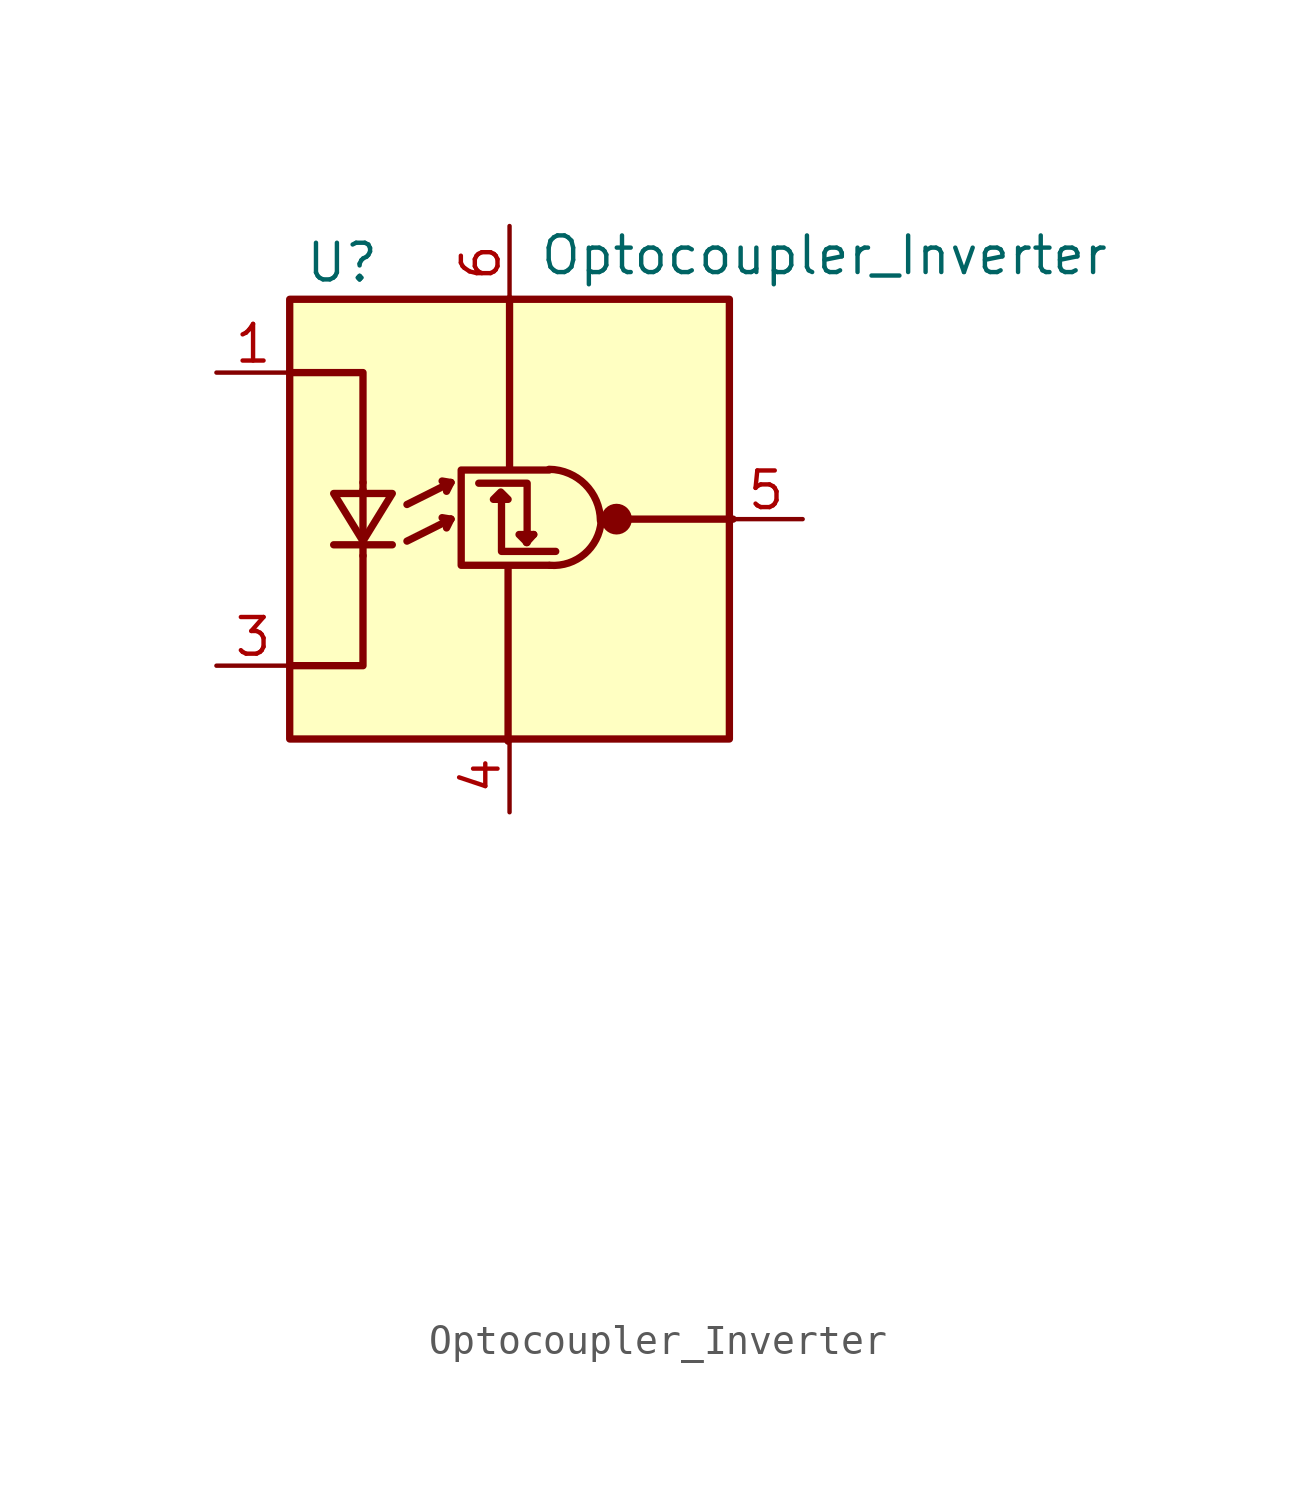
<source format=kicad_sym>
(kicad_symbol_lib
  (version 20220914)
  (generator kicad_symbol_editor)
  (symbol "Optocoupler_Inverter"
    (pin_names
      (offset 1.016) hide)
    (property "Reference" "U"
      (at -7.112 8.89 0)
      (effects (font (size 1.27 1.27)) (justify left)))
    (property "Value" "Optocoupler_Inverter"
      (at 1.016 9.144 0)
      (effects (font (size 1.27 1.27)) (justify left)))
    (symbol "Optocoupler_Inverter_0_1"
      (rectangle (start -7.62 7.62) (end 7.62 -7.62) (stroke (width 0.254) (type default)) (fill (type background)))
      (polyline (pts (xy -6.096 -0.889) (xy -4.064 -0.889)) (stroke (width 0.254) (type default)) (fill (type none)))
      (polyline (pts (xy -5.08 -1.27) (xy -5.08 -0.914)) (stroke (width 0.254) (type default)) (fill (type none)))
      (polyline (pts (xy -5.08 1.016) (xy -5.08 -0.762)) (stroke (width 0.254) (type default)) (fill (type none)))
      (polyline (pts (xy -5.08 1.27) (xy -5.08 0.914)) (stroke (width 0.254) (type default)) (fill (type none)))
      (polyline (pts (xy -3.556 -0.762) (xy -2.032 0)) (stroke (width 0.254) (type default)) (fill (type none)))
      (polyline (pts (xy -3.556 0.508) (xy -2.032 1.27)) (stroke (width 0.254) (type default)) (fill (type none)))
      (polyline (pts (xy -2.032 0) (xy -2.337 0.051)) (stroke (width 0.254) (type default)) (fill (type none)))
      (polyline (pts (xy -2.032 0) (xy -2.184 -0.305)) (stroke (width 0.254) (type default)) (fill (type none)))
      (polyline (pts (xy -2.032 1.27) (xy -2.337 1.321)) (stroke (width 0.254) (type default)) (fill (type none)))
      (polyline (pts (xy -2.032 1.27) (xy -2.184 0.965)) (stroke (width 0.254) (type default)) (fill (type none)))
      (polyline (pts (xy -0.051 -7.696) (xy -0.051 -1.727)) (stroke (width 0.254) (type default)) (fill (type none)))
      (polyline (pts (xy 0 7.645) (xy 0 1.803)) (stroke (width 0.254) (type default)) (fill (type none)))
      (polyline (pts (xy 0.838 -0.533) (xy 0.584 -0.813)) (stroke (width 0.254) (type default)) (fill (type none)))
      (polyline (pts (xy 7.747 0) (xy 4.064 0)) (stroke (width 0.254) (type default)) (fill (type none)))
      (polyline (pts (xy -7.62 -5.08) (xy -5.08 -5.08) (xy -5.08 -1.27)) (stroke (width 0.254) (type default)) (fill (type none)))
      (polyline (pts (xy -5.08 1.27) (xy -5.08 5.08) (xy -7.62 5.08)) (stroke (width 0.254) (type default)) (fill (type none)))
      (polyline (pts (xy -0.279 0.66) (xy -0.279 -1.118) (xy 1.6 -1.118)) (stroke (width 0.254) (type default)) (fill (type none)))
      (polyline (pts (xy 0.584 -0.787) (xy 0.33 -0.533) (xy 0.838 -0.533)) (stroke (width 0.254) (type default)) (fill (type none)))
      (polyline (pts (xy 0.61 -0.813) (xy 0.61 1.245) (xy -1.067 1.245)) (stroke (width 0.254) (type default)) (fill (type none)))
      (polyline (pts (xy -6.096 0.889) (xy -4.064 0.889) (xy -5.08 -0.762) (xy -6.096 0.889)) (stroke (width 0.254) (type default)) (fill (type none)))
      (polyline (pts (xy -0.305 0.94) (xy -0.559 0.686) (xy -0.051 0.686) (xy -0.305 0.94)) (stroke (width 0.254) (type default)) (fill (type none)))
      (polyline (pts (xy 1.372 1.702) (xy -1.676 1.702) (xy -1.676 -1.6) (xy 1.372 -1.6)) (stroke (width 0.254) (type default)) (fill (type none)))
      (arc (start 1.397 -1.6002) (mid 2.6016 -1.2064) (end 3.175 -0.0762) (stroke (width 0.254) (type default)) (fill (type none)))
      (arc (start 3.1496 -0.0508) (mid 2.6235 1.2011) (end 1.3716 1.7272) (stroke (width 0.254) (type default)) (fill (type none)))
      (circle (center 3.708 0) (radius 0.457) (stroke (width 0) (type default)) (fill (type outline))))
    (symbol "Optocoupler_Inverter_1_1"
      (pin passive line (at -10.16 5.08 0) (length 2.54) (name "A" (effects (font (size 1.27 1.27)))) (number "1" (effects (font (size 1.27 1.27)))))
      (pin no_connect line (at 3.81 -24.13 0) (length 2.54) hide (name "NC" (effects (font (size 1.27 1.27)))) (number "2" (effects (font (size 1.27 1.27)))))
      (pin passive line (at -10.16 -5.08 0) (length 2.54) (name "K" (effects (font (size 1.27 1.27)))) (number "3" (effects (font (size 1.27 1.27)))))
      (pin power_in line (at 0 -10.16 90) (length 2.54) (name "GND" (effects (font (size 1.27 1.27)))) (number "4" (effects (font (size 1.27 1.27)))))
      (pin output line (at 10.16 0 180) (length 2.54) (name "VO" (effects (font (size 1.27 1.27)))) (number "5" (effects (font (size 1.27 1.27)))))
      (pin power_in line (at 0 10.16 270) (length 2.54) (name "VDD" (effects (font (size 1.27 1.27)))) (number "6" (effects (font (size 1.27 1.27))))))))
</source>
